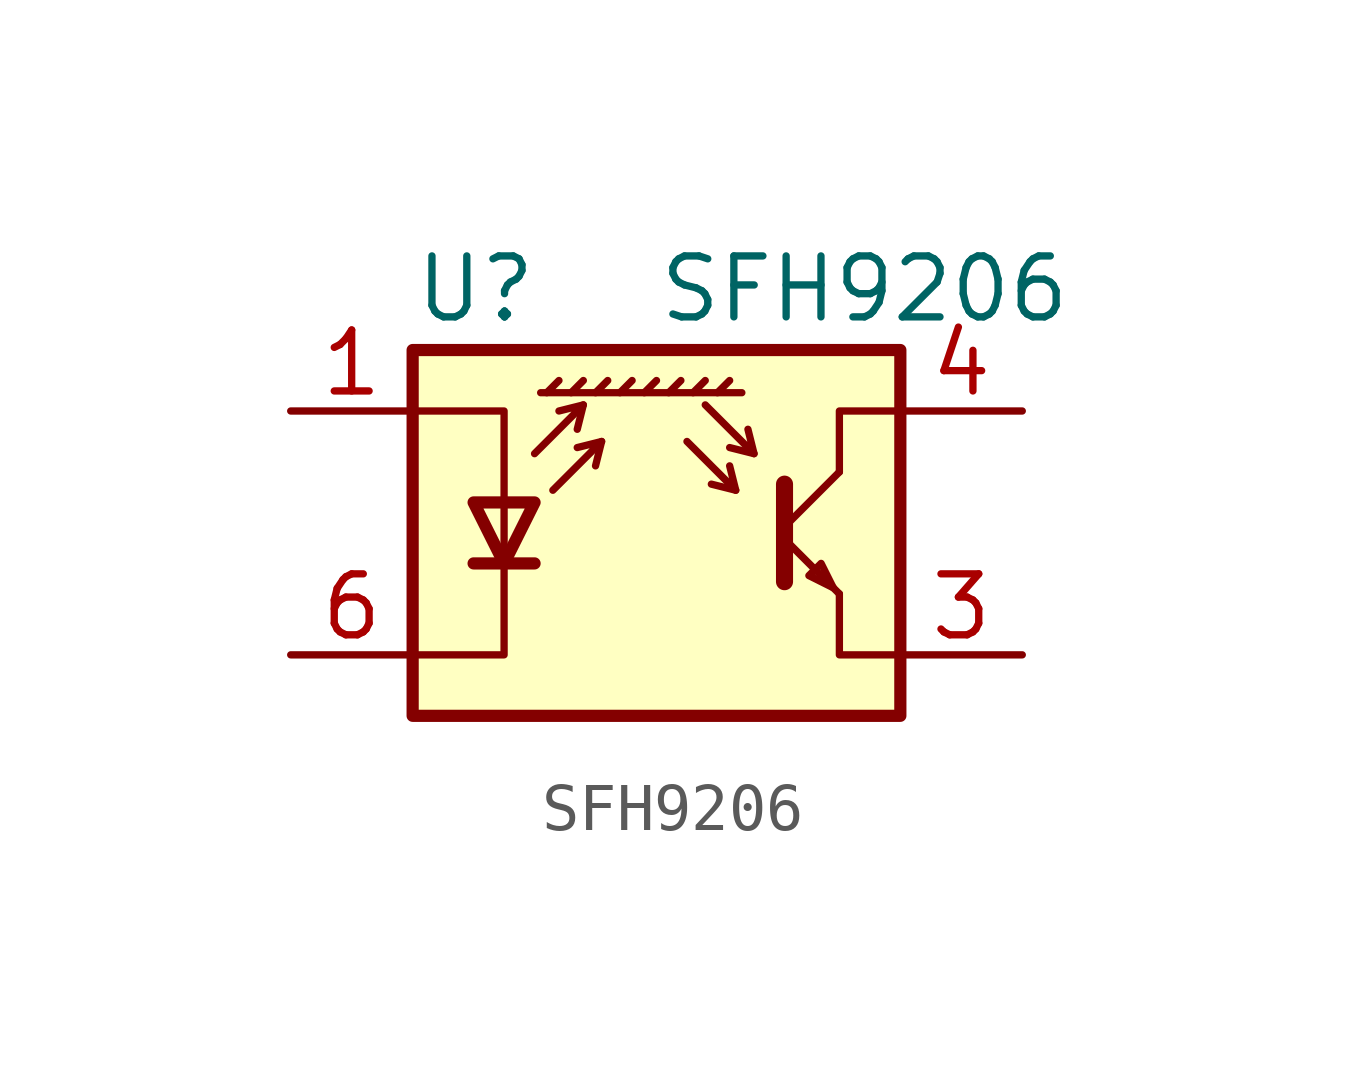
<source format=kicad_sym>
(kicad_symbol_lib
  (version 20200908)
  (generator kicad_symbol_editor)
  (symbol "Sensor_Proximity:SFH9206"
    (pin_names
      (offset 0.025) hide)
    (property "Reference" "U"
      (at -5.08 5.08 0)
      (effects (font (size 1.27 1.27)) (justify left)))
    (property "Value" "SFH9206"
      (at 0 5.08 0)
      (effects (font (size 1.27 1.27)) (justify left)))
    (symbol "SFH9206_0_1"
      (polyline (pts (xy -3.81 -0.635) (xy -2.54 -0.635)) (stroke (width 0.254)) (fill (type none)))
      (polyline (pts (xy -2.286 2.921) (xy -2.032 3.175)) (stroke (width 0)) (fill (type none)))
      (polyline (pts (xy -1.778 2.921) (xy -1.524 3.175)) (stroke (width 0)) (fill (type none)))
      (polyline (pts (xy -1.524 2.667) (xy -1.651 2.159)) (stroke (width 0)) (fill (type none)))
      (polyline (pts (xy -1.27 2.921) (xy -1.016 3.175)) (stroke (width 0)) (fill (type none)))
      (polyline (pts (xy -1.143 1.905) (xy -1.27 1.397)) (stroke (width 0)) (fill (type none)))
      (polyline (pts (xy -0.762 2.921) (xy -0.508 3.175)) (stroke (width 0)) (fill (type none)))
      (polyline (pts (xy -0.254 2.921) (xy 0 3.175)) (stroke (width 0)) (fill (type none)))
      (polyline (pts (xy 0.254 2.921) (xy 0.508 3.175)) (stroke (width 0)) (fill (type none)))
      (polyline (pts (xy 0.762 2.921) (xy 1.016 3.175)) (stroke (width 0)) (fill (type none)))
      (polyline (pts (xy 1.27 2.921) (xy 1.524 3.175)) (stroke (width 0)) (fill (type none)))
      (polyline (pts (xy 1.651 0.889) (xy 1.143 1.016)) (stroke (width 0)) (fill (type none)))
      (polyline (pts (xy 1.778 2.921) (xy -2.413 2.921)) (stroke (width 0)) (fill (type none)))
      (polyline (pts (xy 2.032 1.651) (xy 1.524 1.778)) (stroke (width 0)) (fill (type none)))
      (polyline (pts (xy 2.667 -0.127) (xy 3.81 -1.27)) (stroke (width 0)) (fill (type none)))
      (polyline (pts (xy 2.667 0.127) (xy 3.81 1.27)) (stroke (width 0)) (fill (type none)))
      (polyline (pts (xy -2.54 1.651) (xy -1.524 2.667) (xy -2.032 2.54)) (stroke (width 0)) (fill (type none)))
      (polyline (pts (xy -2.159 0.889) (xy -1.143 1.905) (xy -1.651 1.778)) (stroke (width 0)) (fill (type none)))
      (polyline (pts (xy 0.635 1.905) (xy 1.651 0.889) (xy 1.524 1.397)) (stroke (width 0)) (fill (type none)))
      (polyline (pts (xy 1.016 2.667) (xy 2.032 1.651) (xy 1.905 2.159)) (stroke (width 0)) (fill (type none)))
      (polyline (pts (xy 2.667 1.016) (xy 2.667 -1.016) (xy 2.667 -1.016)) (stroke (width 0.356)) (fill (type none)))
      (polyline (pts (xy 3.81 -1.27) (xy 3.81 -2.54) (xy 5.08 -2.54)) (stroke (width 0)) (fill (type none)))
      (polyline (pts (xy 3.81 1.27) (xy 3.81 2.54) (xy 5.08 2.54)) (stroke (width 0)) (fill (type none)))
      (polyline (pts (xy -5.08 -2.54) (xy -3.175 -2.54) (xy -3.175 2.54) (xy -5.08 2.54)) (stroke (width 0)) (fill (type none)))
      (polyline (pts (xy -3.175 -0.635) (xy -3.81 0.635) (xy -2.54 0.635) (xy -3.175 -0.635)) (stroke (width 0.254)) (fill (type none)))
      (polyline (pts (xy 3.683 -1.143) (xy 3.429 -0.635) (xy 3.175 -0.889) (xy 3.683 -1.143)) (stroke (width 0)) (fill (type none)))
      (polyline (pts (xy -5.08 -3.81) (xy 5.08 -3.81) (xy 5.08 3.81) (xy -5.08 3.81) (xy -5.08 -3.81)) (stroke (width 0.254)) (fill (type background))))
    (symbol "SFH9206_1_1"
      (pin passive line (at -7.62 2.54 0) (length 2.54) (name "A" (effects (font (size 1.27 1.27)))) (number "1" (effects (font (size 1.27 1.27)))))
      (pin unconnected line (at -5.08 0 0) (length 2.54) hide (name "NC" (effects (font (size 1.27 1.27)))) (number "2" (effects (font (size 1.27 1.27)))))
      (pin open_emitter line (at 7.62 -2.54 180) (length 2.54) (name "E" (effects (font (size 1.27 1.27)))) (number "3" (effects (font (size 1.27 1.27)))))
      (pin open_collector line (at 7.62 2.54 180) (length 2.54) (name "C" (effects (font (size 1.27 1.27)))) (number "4" (effects (font (size 1.27 1.27)))))
      (pin unconnected line (at 5.08 0 180) (length 2.54) hide (name "NC" (effects (font (size 1.27 1.27)))) (number "5" (effects (font (size 1.27 1.27)))))
      (pin passive line (at -7.62 -2.54 0) (length 2.54) (name "K" (effects (font (size 1.27 1.27)))) (number "6" (effects (font (size 1.27 1.27))))))))
</source>
